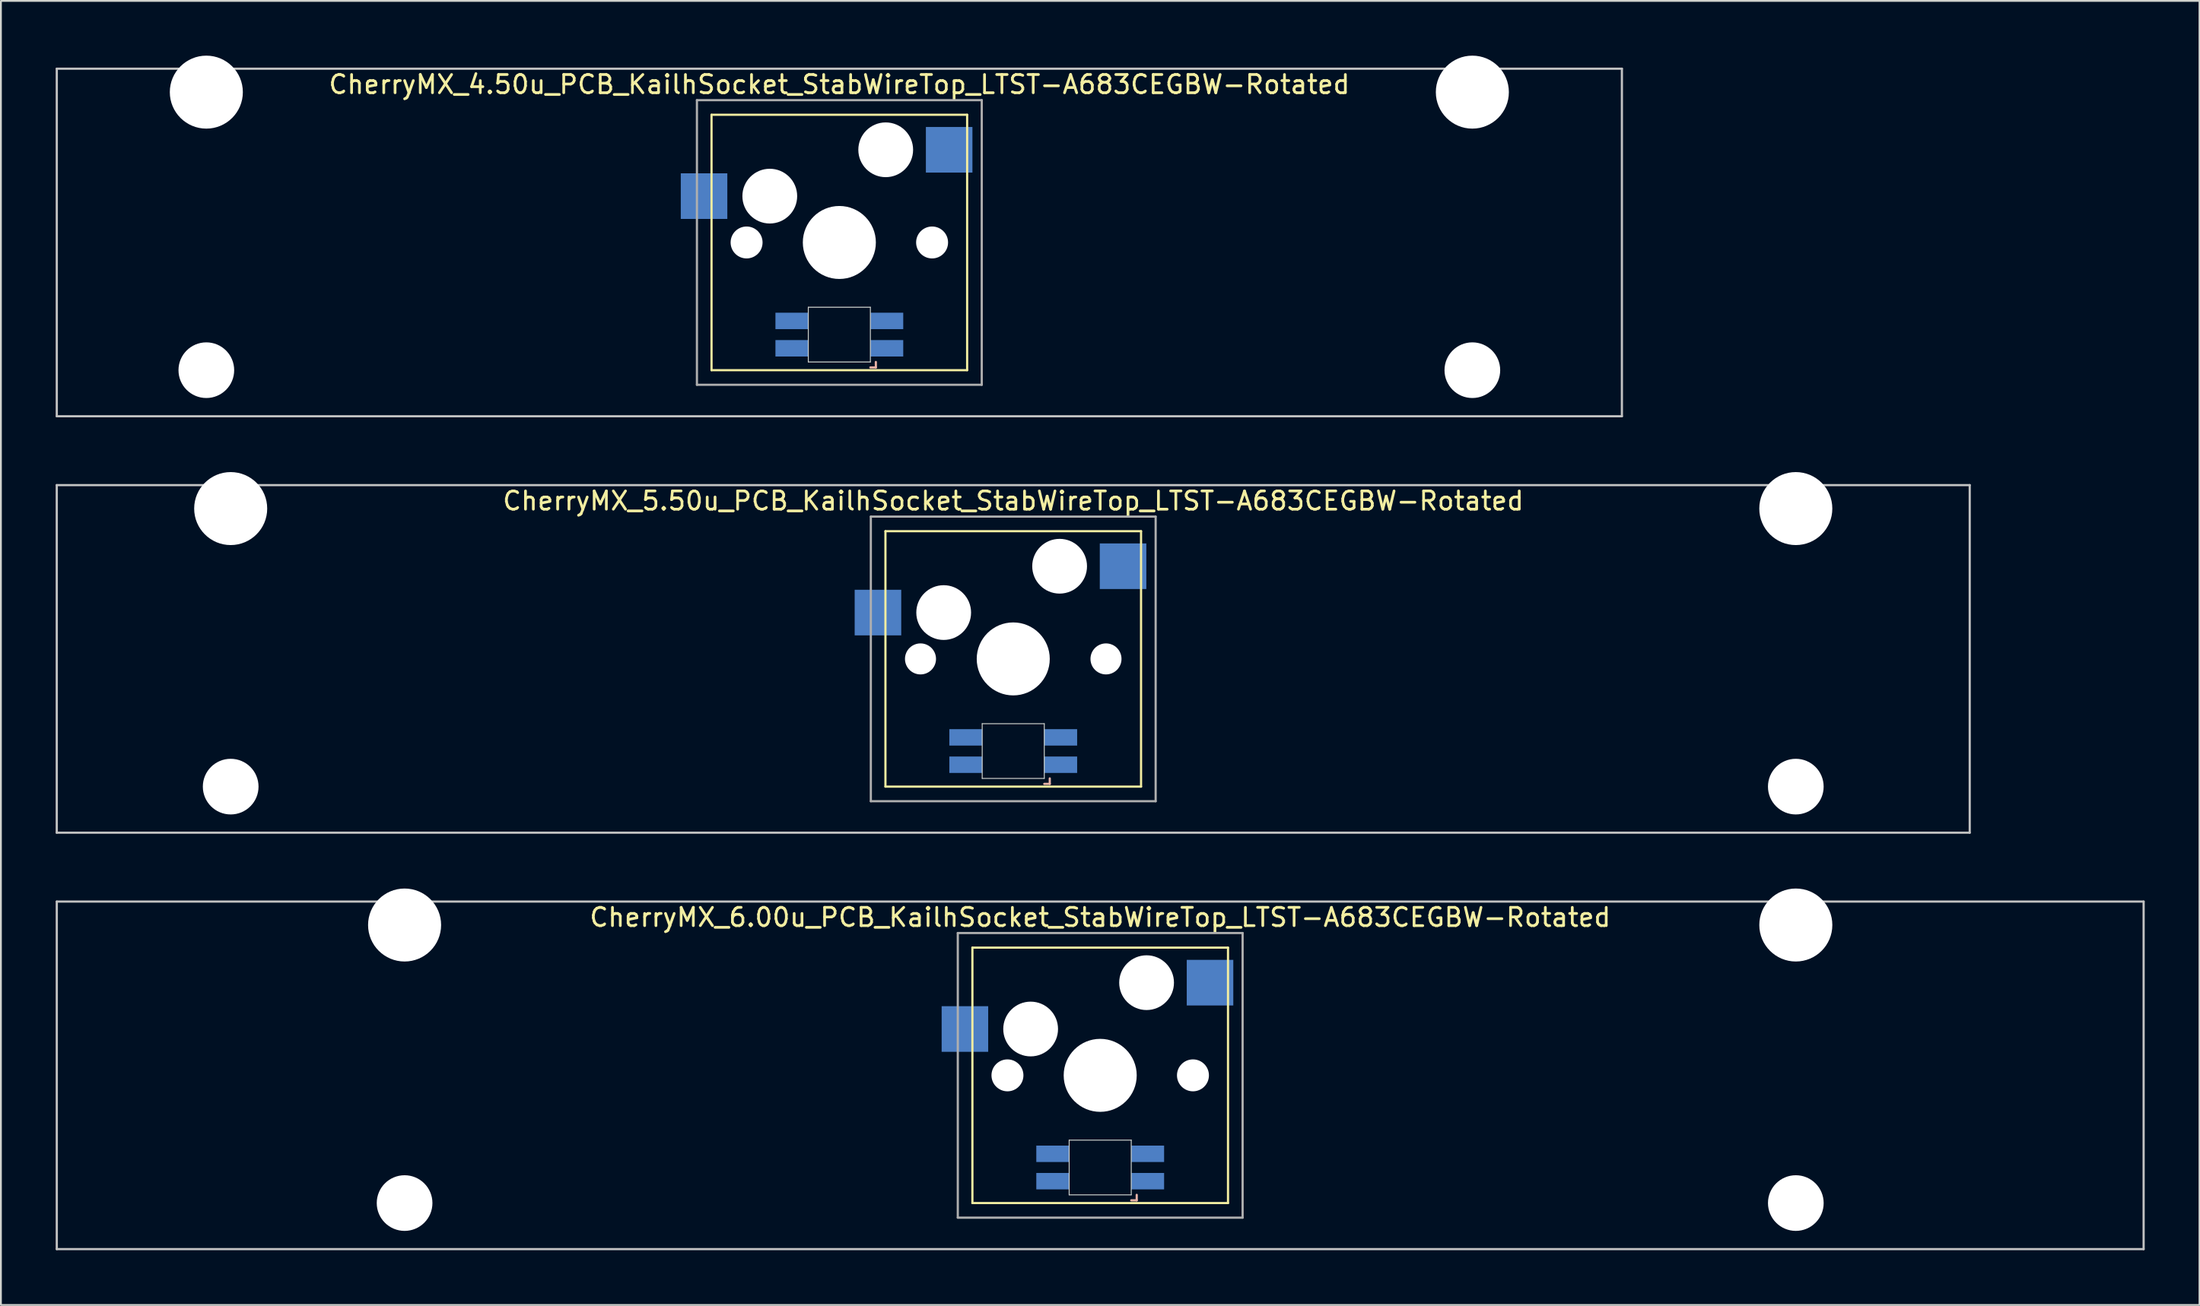
<source format=kicad_pcb>
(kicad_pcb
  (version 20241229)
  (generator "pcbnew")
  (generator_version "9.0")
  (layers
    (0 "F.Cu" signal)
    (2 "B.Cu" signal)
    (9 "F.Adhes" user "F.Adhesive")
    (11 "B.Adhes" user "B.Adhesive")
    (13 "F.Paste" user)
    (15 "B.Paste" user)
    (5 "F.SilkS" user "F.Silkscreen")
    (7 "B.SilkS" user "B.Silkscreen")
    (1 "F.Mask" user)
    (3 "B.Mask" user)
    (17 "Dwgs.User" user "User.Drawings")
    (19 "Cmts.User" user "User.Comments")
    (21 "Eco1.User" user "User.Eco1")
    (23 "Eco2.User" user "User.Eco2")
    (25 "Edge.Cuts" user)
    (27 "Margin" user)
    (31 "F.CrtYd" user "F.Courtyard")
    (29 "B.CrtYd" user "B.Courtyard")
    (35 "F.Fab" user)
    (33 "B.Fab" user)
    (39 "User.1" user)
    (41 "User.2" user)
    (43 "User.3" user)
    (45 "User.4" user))
  (footprint "CherryMX_6.00u_PCB_KailhSocket_StabWireTop_LTST-A683CEGBW-Rotated"
    (layer "F.Cu")
    (at 57.21 55.89)
    (property "Reference" "CherryMX_6.00u_PCB_KailhSocket_StabWireTop_LTST-A683CEGBW-Rotated" (at 0 -8.662 0) (layer "F.SilkS") (effects (font (size 1 1) (thickness 0.15))))
    (attr through_hole)
    (fp_line (start -7 -7) (end -7 7) (stroke (width 0.12) (type solid)) (layer "F.SilkS"))
    (fp_line (start -7 -7) (end 7 -7) (stroke (width 0.12) (type solid)) (layer "F.SilkS"))
    (fp_line (start 7 -7) (end 7 7) (stroke (width 0.12) (type solid)) (layer "F.SilkS"))
    (fp_line (start 7 7) (end -7 7) (stroke (width 0.12) (type solid)) (layer "F.SilkS"))
    (fp_line (start 1.7 6.85) (end 2 6.85) (stroke (width 0.12) (type solid)) (layer "B.SilkS"))
    (fp_line (start 2 6.85) (end 2 6.55) (stroke (width 0.12) (type solid)) (layer "B.SilkS"))
    (fp_line (start -57.15 -9.525) (end 57.15 -9.525) (stroke (width 0.12) (type solid)) (layer "Dwgs.User"))
    (fp_line (start -57.15 9.525) (end -57.15 -9.525) (stroke (width 0.12) (type solid)) (layer "Dwgs.User"))
    (fp_line (start 57.15 -9.525) (end 57.15 9.525) (stroke (width 0.12) (type solid)) (layer "Dwgs.User"))
    (fp_line (start 57.15 9.525) (end -57.15 9.525) (stroke (width 0.12) (type solid)) (layer "Dwgs.User"))
    (fp_line (start -1.7 3.55) (end 1.7 3.55) (stroke (width 0.05) (type solid)) (layer "Edge.Cuts"))
    (fp_line (start -1.7 6.55) (end -1.7 3.55) (stroke (width 0.05) (type solid)) (layer "Edge.Cuts"))
    (fp_line (start 1.7 3.55) (end 1.7 6.55) (stroke (width 0.05) (type solid)) (layer "Edge.Cuts"))
    (fp_line (start 1.7 6.55) (end -1.7 6.55) (stroke (width 0.05) (type solid)) (layer "Edge.Cuts"))
    (fp_line (start -7.8 -7.8) (end -7.8 7.8) (stroke (width 0.12) (type solid)) (layer "F.Fab"))
    (fp_line (start -7.8 -7.8) (end 7.8 -7.8) (stroke (width 0.12) (type solid)) (layer "F.Fab"))
    (fp_line (start -7.8 7.8) (end 7.8 7.8) (stroke (width 0.12) (type solid)) (layer "F.Fab"))
    (fp_line (start 7.8 -7.8) (end 7.8 7.8) (stroke (width 0.12) (type solid)) (layer "F.Fab"))
    (pad "" np_thru_hole circle (at -38.1 -8.24) (size 4 4) (drill 4) (layers "*.Cu" "*.Mask"))
    (pad "" np_thru_hole circle (at -38.1 7) (size 3.05 3.05) (drill 3.05) (layers "*.Cu" "*.Mask"))
    (pad "" np_thru_hole circle (at -5.08 0) (size 1.75 1.75) (drill 1.75) (layers "*.Cu" "*.Mask"))
    (pad "" np_thru_hole circle (at -3.81 -2.54) (size 3 3) (drill 3) (layers "*.Cu" "*.Mask"))
    (pad "" np_thru_hole circle (at 0 0) (size 4 4) (drill 4) (layers "*.Cu" "*.Mask"))
    (pad "" np_thru_hole circle (at 2.54 -5.08) (size 3 3) (drill 3) (layers "*.Cu" "*.Mask"))
    (pad "" np_thru_hole circle (at 5.08 0) (size 1.75 1.75) (drill 1.75) (layers "*.Cu" "*.Mask"))
    (pad "" np_thru_hole circle (at 38.1 -8.24) (size 4 4) (drill 4) (layers "*.Cu" "*.Mask"))
    (pad "" np_thru_hole circle (at 38.1 7) (size 3.05 3.05) (drill 3.05) (layers "*.Cu" "*.Mask"))
    (pad "1" smd rect (at -7.41 -2.54) (size 2.55 2.5) (layers "B.Cu" "B.Mask" "B.Paste"))
    (pad "2" smd rect (at 6.015 -5.08) (size 2.55 2.5) (layers "B.Cu" "B.Mask" "B.Paste"))
    (pad "3" smd rect (at 2.6 5.8 180) (size 1.8 0.9) (layers "B.Cu" "B.Mask" "B.Paste"))
    (pad "4" smd rect (at 2.6 4.3 180) (size 1.8 0.9) (layers "B.Cu" "B.Mask" "B.Paste"))
    (pad "5" smd rect (at -2.6 5.8 180) (size 1.8 0.9) (layers "B.Cu" "B.Mask" "B.Paste"))
    (pad "6" smd rect (at -2.6 4.3 180) (size 1.8 0.9) (layers "B.Cu" "B.Mask" "B.Paste")))
  (footprint "CherryMX_4.50u_PCB_KailhSocket_StabWireTop_LTST-A683CEGBW-Rotated"
    (layer "F.Cu")
    (at 42.922 10.24)
    (property "Reference" "CherryMX_4.50u_PCB_KailhSocket_StabWireTop_LTST-A683CEGBW-Rotated" (at 0 -8.662 0) (layer "F.SilkS") (effects (font (size 1 1) (thickness 0.15))))
    (attr through_hole)
    (fp_line (start -7 -7) (end -7 7) (stroke (width 0.12) (type solid)) (layer "F.SilkS"))
    (fp_line (start -7 -7) (end 7 -7) (stroke (width 0.12) (type solid)) (layer "F.SilkS"))
    (fp_line (start 7 -7) (end 7 7) (stroke (width 0.12) (type solid)) (layer "F.SilkS"))
    (fp_line (start 7 7) (end -7 7) (stroke (width 0.12) (type solid)) (layer "F.SilkS"))
    (fp_line (start 1.7 6.85) (end 2 6.85) (stroke (width 0.12) (type solid)) (layer "B.SilkS"))
    (fp_line (start 2 6.85) (end 2 6.55) (stroke (width 0.12) (type solid)) (layer "B.SilkS"))
    (fp_line (start -42.862 -9.525) (end 42.862 -9.525) (stroke (width 0.12) (type solid)) (layer "Dwgs.User"))
    (fp_line (start -42.862 9.525) (end -42.862 -9.525) (stroke (width 0.12) (type solid)) (layer "Dwgs.User"))
    (fp_line (start 42.862 -9.525) (end 42.862 9.525) (stroke (width 0.12) (type solid)) (layer "Dwgs.User"))
    (fp_line (start 42.862 9.525) (end -42.862 9.525) (stroke (width 0.12) (type solid)) (layer "Dwgs.User"))
    (fp_line (start -1.7 3.55) (end 1.7 3.55) (stroke (width 0.05) (type solid)) (layer "Edge.Cuts"))
    (fp_line (start -1.7 6.55) (end -1.7 3.55) (stroke (width 0.05) (type solid)) (layer "Edge.Cuts"))
    (fp_line (start 1.7 3.55) (end 1.7 6.55) (stroke (width 0.05) (type solid)) (layer "Edge.Cuts"))
    (fp_line (start 1.7 6.55) (end -1.7 6.55) (stroke (width 0.05) (type solid)) (layer "Edge.Cuts"))
    (fp_line (start -7.8 -7.8) (end -7.8 7.8) (stroke (width 0.12) (type solid)) (layer "F.Fab"))
    (fp_line (start -7.8 -7.8) (end 7.8 -7.8) (stroke (width 0.12) (type solid)) (layer "F.Fab"))
    (fp_line (start -7.8 7.8) (end 7.8 7.8) (stroke (width 0.12) (type solid)) (layer "F.Fab"))
    (fp_line (start 7.8 -7.8) (end 7.8 7.8) (stroke (width 0.12) (type solid)) (layer "F.Fab"))
    (pad "" np_thru_hole circle (at -34.671 -8.24) (size 4 4) (drill 4) (layers "*.Cu" "*.Mask"))
    (pad "" np_thru_hole circle (at -34.671 7) (size 3.05 3.05) (drill 3.05) (layers "*.Cu" "*.Mask"))
    (pad "" np_thru_hole circle (at -5.08 0) (size 1.75 1.75) (drill 1.75) (layers "*.Cu" "*.Mask"))
    (pad "" np_thru_hole circle (at -3.81 -2.54) (size 3 3) (drill 3) (layers "*.Cu" "*.Mask"))
    (pad "" np_thru_hole circle (at 0 0) (size 4 4) (drill 4) (layers "*.Cu" "*.Mask"))
    (pad "" np_thru_hole circle (at 2.54 -5.08) (size 3 3) (drill 3) (layers "*.Cu" "*.Mask"))
    (pad "" np_thru_hole circle (at 5.08 0) (size 1.75 1.75) (drill 1.75) (layers "*.Cu" "*.Mask"))
    (pad "" np_thru_hole circle (at 34.671 -8.24) (size 4 4) (drill 4) (layers "*.Cu" "*.Mask"))
    (pad "" np_thru_hole circle (at 34.671 7) (size 3.05 3.05) (drill 3.05) (layers "*.Cu" "*.Mask"))
    (pad "1" smd rect (at -7.41 -2.54) (size 2.55 2.5) (layers "B.Cu" "B.Mask" "B.Paste"))
    (pad "2" smd rect (at 6.015 -5.08) (size 2.55 2.5) (layers "B.Cu" "B.Mask" "B.Paste"))
    (pad "3" smd rect (at 2.6 5.8 180) (size 1.8 0.9) (layers "B.Cu" "B.Mask" "B.Paste"))
    (pad "4" smd rect (at 2.6 4.3 180) (size 1.8 0.9) (layers "B.Cu" "B.Mask" "B.Paste"))
    (pad "5" smd rect (at -2.6 5.8 180) (size 1.8 0.9) (layers "B.Cu" "B.Mask" "B.Paste"))
    (pad "6" smd rect (at -2.6 4.3 180) (size 1.8 0.9) (layers "B.Cu" "B.Mask" "B.Paste")))
  (footprint "CherryMX_5.50u_PCB_KailhSocket_StabWireTop_LTST-A683CEGBW-Rotated"
    (layer "F.Cu")
    (at 52.447 33.065)
    (property "Reference" "CherryMX_5.50u_PCB_KailhSocket_StabWireTop_LTST-A683CEGBW-Rotated" (at 0 -8.662 0) (layer "F.SilkS") (effects (font (size 1 1) (thickness 0.15))))
    (attr through_hole)
    (fp_line (start -7 -7) (end -7 7) (stroke (width 0.12) (type solid)) (layer "F.SilkS"))
    (fp_line (start -7 -7) (end 7 -7) (stroke (width 0.12) (type solid)) (layer "F.SilkS"))
    (fp_line (start 7 -7) (end 7 7) (stroke (width 0.12) (type solid)) (layer "F.SilkS"))
    (fp_line (start 7 7) (end -7 7) (stroke (width 0.12) (type solid)) (layer "F.SilkS"))
    (fp_line (start 1.7 6.85) (end 2 6.85) (stroke (width 0.12) (type solid)) (layer "B.SilkS"))
    (fp_line (start 2 6.85) (end 2 6.55) (stroke (width 0.12) (type solid)) (layer "B.SilkS"))
    (fp_line (start -52.388 -9.525) (end 52.388 -9.525) (stroke (width 0.12) (type solid)) (layer "Dwgs.User"))
    (fp_line (start -52.388 9.525) (end -52.388 -9.525) (stroke (width 0.12) (type solid)) (layer "Dwgs.User"))
    (fp_line (start 52.388 -9.525) (end 52.388 9.525) (stroke (width 0.12) (type solid)) (layer "Dwgs.User"))
    (fp_line (start 52.388 9.525) (end -52.388 9.525) (stroke (width 0.12) (type solid)) (layer "Dwgs.User"))
    (fp_line (start -1.7 3.55) (end 1.7 3.55) (stroke (width 0.05) (type solid)) (layer "Edge.Cuts"))
    (fp_line (start -1.7 6.55) (end -1.7 3.55) (stroke (width 0.05) (type solid)) (layer "Edge.Cuts"))
    (fp_line (start 1.7 3.55) (end 1.7 6.55) (stroke (width 0.05) (type solid)) (layer "Edge.Cuts"))
    (fp_line (start 1.7 6.55) (end -1.7 6.55) (stroke (width 0.05) (type solid)) (layer "Edge.Cuts"))
    (fp_line (start -7.8 -7.8) (end -7.8 7.8) (stroke (width 0.12) (type solid)) (layer "F.Fab"))
    (fp_line (start -7.8 -7.8) (end 7.8 -7.8) (stroke (width 0.12) (type solid)) (layer "F.Fab"))
    (fp_line (start -7.8 7.8) (end 7.8 7.8) (stroke (width 0.12) (type solid)) (layer "F.Fab"))
    (fp_line (start 7.8 -7.8) (end 7.8 7.8) (stroke (width 0.12) (type solid)) (layer "F.Fab"))
    (pad "" np_thru_hole circle (at -42.862 -8.24) (size 4 4) (drill 4) (layers "*.Cu" "*.Mask"))
    (pad "" np_thru_hole circle (at -42.862 7) (size 3.05 3.05) (drill 3.05) (layers "*.Cu" "*.Mask"))
    (pad "" np_thru_hole circle (at -5.08 0) (size 1.7 1.7) (drill 1.7) (layers "*.Cu" "*.Mask"))
    (pad "" np_thru_hole circle (at -3.81 -2.54) (size 3 3) (drill 3) (layers "*.Cu" "*.Mask"))
    (pad "" np_thru_hole circle (at 0 0) (size 4 4) (drill 4) (layers "*.Cu" "*.Mask"))
    (pad "" np_thru_hole circle (at 2.54 -5.08) (size 3 3) (drill 3) (layers "*.Cu" "*.Mask"))
    (pad "" np_thru_hole circle (at 5.08 0) (size 1.7 1.7) (drill 1.7) (layers "*.Cu" "*.Mask"))
    (pad "" np_thru_hole circle (at 42.862 -8.24) (size 4 4) (drill 4) (layers "*.Cu" "*.Mask"))
    (pad "" np_thru_hole circle (at 42.862 7) (size 3.05 3.05) (drill 3.05) (layers "*.Cu" "*.Mask"))
    (pad "1" smd rect (at -7.41 -2.54) (size 2.55 2.5) (layers "B.Cu" "B.Mask" "B.Paste"))
    (pad "2" smd rect (at 6.015 -5.08) (size 2.55 2.5) (layers "B.Cu" "B.Mask" "B.Paste"))
    (pad "3" smd rect (at 2.6 5.8 180) (size 1.8 0.9) (layers "B.Cu" "B.Mask" "B.Paste"))
    (pad "4" smd rect (at 2.6 4.3 180) (size 1.8 0.9) (layers "B.Cu" "B.Mask" "B.Paste"))
    (pad "5" smd rect (at -2.6 5.8 180) (size 1.8 0.9) (layers "B.Cu" "B.Mask" "B.Paste"))
    (pad "6" smd rect (at -2.6 4.3 180) (size 1.8 0.9) (layers "B.Cu" "B.Mask" "B.Paste")))
  (gr_rect
    (start -3 -3)
    (end 117.42 68.475)
    (stroke (width 0.1) (type default))
    (fill no)
    (layer "Edge.Cuts")))
</source>
